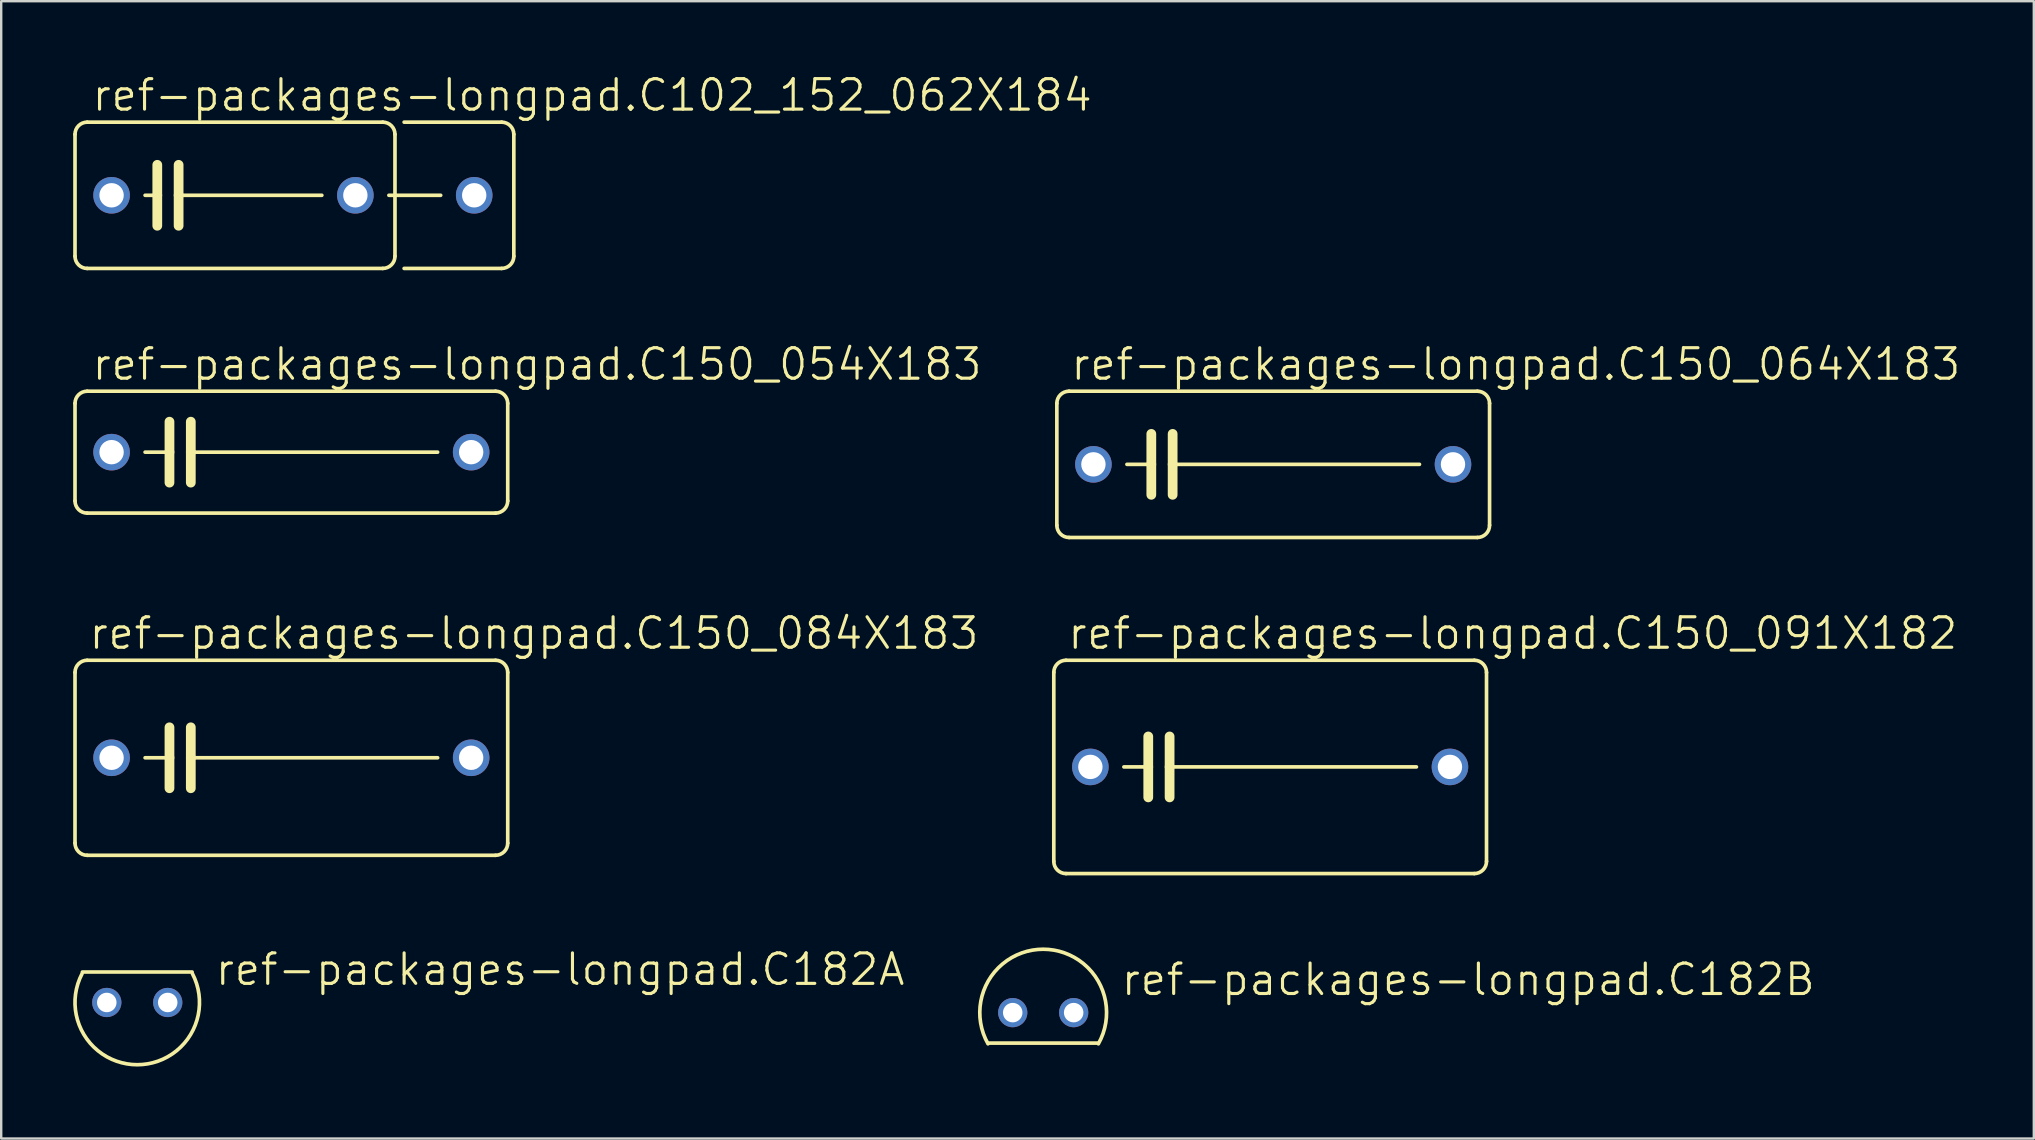
<source format=kicad_pcb>
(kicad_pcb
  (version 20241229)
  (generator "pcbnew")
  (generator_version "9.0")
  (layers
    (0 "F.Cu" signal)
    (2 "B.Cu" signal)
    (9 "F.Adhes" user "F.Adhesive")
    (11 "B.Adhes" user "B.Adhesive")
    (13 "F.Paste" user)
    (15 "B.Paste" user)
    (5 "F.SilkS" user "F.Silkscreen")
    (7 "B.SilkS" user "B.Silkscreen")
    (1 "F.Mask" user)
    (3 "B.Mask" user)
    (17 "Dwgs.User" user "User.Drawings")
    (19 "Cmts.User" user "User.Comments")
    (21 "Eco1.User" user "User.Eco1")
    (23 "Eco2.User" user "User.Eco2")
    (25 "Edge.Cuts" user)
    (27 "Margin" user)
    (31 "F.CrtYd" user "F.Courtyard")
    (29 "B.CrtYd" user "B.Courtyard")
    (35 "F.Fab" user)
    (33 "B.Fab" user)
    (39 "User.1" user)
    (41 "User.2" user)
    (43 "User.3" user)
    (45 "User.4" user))
  (footprint "ref-packages-longpad.C182B"
    (layer "F.Cu")
    (at 40.426 39.152)
    (property "Reference" "ref-packages-longpad.C182B" (at 3.175 -0.635 0) (layer "F.SilkS") (effects (font (size 1.27 1.27) (thickness 0.13)) (justify left bottom)))
    (attr through_hole)
    (fp_line (start -2.286 1.27) (end 2.286 1.27) (stroke (width 0.152) (type default)) (layer "F.SilkS"))
    (fp_arc (start -2.300046 1.300027) (mid -0.000046 -2.641995) (end 2.299999 1.3) (stroke (width 0.1524) (type default)) (layer "F.SilkS"))
    (pad "A" thru_hole circle (at 1.27 0) (size 1.219 1.219) (drill 0.813) (layers "*.Cu" "*.Mask"))
    (pad "C" thru_hole circle (at -1.27 0) (size 1.219 1.219) (drill 0.813) (layers "*.Cu" "*.Mask")))
  (footprint "ref-packages-longpad.C102_152_062X184"
    (layer "F.Cu")
    (at 6.68 5.089)
    (property "Reference" "ref-packages-longpad.C102_152_062X184" (at -5.969 -3.429 0) (layer "F.SilkS") (effects (font (size 1.27 1.27) (thickness 0.13)) (justify left bottom)))
    (attr through_hole)
    (fp_line (start -6.604 2.54) (end -6.604 -2.54) (stroke (width 0.152) (type default)) (layer "F.SilkS"))
    (fp_line (start -6.096 -3.048) (end 6.223 -3.048) (stroke (width 0.152) (type default)) (layer "F.SilkS"))
    (fp_line (start -3.683 0) (end -3.175 0) (stroke (width 0.152) (type default)) (layer "F.SilkS"))
    (fp_line (start -3.175 -1.27) (end -3.175 0) (stroke (width 0.406) (type default)) (layer "F.SilkS"))
    (fp_line (start -3.175 0) (end -3.175 1.27) (stroke (width 0.406) (type default)) (layer "F.SilkS"))
    (fp_line (start -2.286 -1.27) (end -2.286 0) (stroke (width 0.406) (type default)) (layer "F.SilkS"))
    (fp_line (start -2.286 0) (end -2.286 1.27) (stroke (width 0.406) (type default)) (layer "F.SilkS"))
    (fp_line (start -2.286 0) (end 3.683 0) (stroke (width 0.152) (type default)) (layer "F.SilkS"))
    (fp_line (start 6.223 3.048) (end -6.096 3.048) (stroke (width 0.152) (type default)) (layer "F.SilkS"))
    (fp_line (start 6.477 0) (end 8.636 0) (stroke (width 0.152) (type default)) (layer "F.SilkS"))
    (fp_line (start 6.731 -2.54) (end 6.731 2.54) (stroke (width 0.152) (type default)) (layer "F.SilkS"))
    (fp_line (start 7.112 -3.048) (end 11.176 -3.048) (stroke (width 0.152) (type default)) (layer "F.SilkS"))
    (fp_line (start 11.176 3.048) (end 7.112 3.048) (stroke (width 0.152) (type default)) (layer "F.SilkS"))
    (fp_line (start 11.684 -2.54) (end 11.684 2.54) (stroke (width 0.152) (type default)) (layer "F.SilkS"))
    (fp_arc (start -6.604 -2.54) (mid -6.45521 -2.89921) (end -6.096 -3.048) (stroke (width 0.1524) (type default)) (layer "F.SilkS"))
    (fp_arc (start -6.096 3.048) (mid -6.45521 2.89921) (end -6.604 2.54) (stroke (width 0.1524) (type default)) (layer "F.SilkS"))
    (fp_arc (start 6.223 -3.048) (mid 6.58221 -2.89921) (end 6.731 -2.54) (stroke (width 0.1524) (type default)) (layer "F.SilkS"))
    (fp_arc (start 6.731 2.54) (mid 6.58221 2.89921) (end 6.223 3.048) (stroke (width 0.1524) (type default)) (layer "F.SilkS"))
    (fp_arc (start 11.176 -3.048) (mid 11.53521 -2.89921) (end 11.684 -2.54) (stroke (width 0.1524) (type default)) (layer "F.SilkS"))
    (fp_arc (start 11.684 2.54) (mid 11.53521 2.89921) (end 11.176 3.048) (stroke (width 0.1524) (type default)) (layer "F.SilkS"))
    (pad "1" thru_hole circle (at -5.08 0) (size 1.524 1.524) (drill 1.016) (layers "*.Cu" "*.Mask"))
    (pad "2" thru_hole circle (at 5.08 0) (size 1.524 1.524) (drill 1.016) (layers "*.Cu" "*.Mask"))
    (pad "3" thru_hole circle (at 10.033 0) (size 1.524 1.524) (drill 1.016) (layers "*.Cu" "*.Mask")))
  (footprint "ref-packages-longpad.C150_091X182"
    (layer "F.Cu")
    (at 49.885 28.912)
    (property "Reference" "ref-packages-longpad.C150_091X182" (at -8.509 -4.826 0) (layer "F.SilkS") (effects (font (size 1.27 1.27) (thickness 0.13)) (justify left bottom)))
    (attr through_hole)
    (fp_line (start -9.017 3.937) (end -9.017 -3.937) (stroke (width 0.152) (type default)) (layer "F.SilkS"))
    (fp_line (start -8.509 -4.445) (end 8.509 -4.445) (stroke (width 0.152) (type default)) (layer "F.SilkS"))
    (fp_line (start -5.08 -1.27) (end -5.08 0) (stroke (width 0.406) (type default)) (layer "F.SilkS"))
    (fp_line (start -5.08 0) (end -6.096 0) (stroke (width 0.152) (type default)) (layer "F.SilkS"))
    (fp_line (start -5.08 0) (end -5.08 1.27) (stroke (width 0.406) (type default)) (layer "F.SilkS"))
    (fp_line (start -4.191 -1.27) (end -4.191 0) (stroke (width 0.406) (type default)) (layer "F.SilkS"))
    (fp_line (start -4.191 0) (end -4.191 1.27) (stroke (width 0.406) (type default)) (layer "F.SilkS"))
    (fp_line (start -4.191 0) (end 6.096 0) (stroke (width 0.152) (type default)) (layer "F.SilkS"))
    (fp_line (start 8.509 4.445) (end -8.509 4.445) (stroke (width 0.152) (type default)) (layer "F.SilkS"))
    (fp_line (start 9.017 -3.937) (end 9.017 3.937) (stroke (width 0.152) (type default)) (layer "F.SilkS"))
    (fp_arc (start -9.017 -3.937) (mid -8.86821 -4.29621) (end -8.509 -4.445) (stroke (width 0.1524) (type default)) (layer "F.SilkS"))
    (fp_arc (start -8.509 4.445) (mid -8.86821 4.29621) (end -9.017 3.937) (stroke (width 0.1524) (type default)) (layer "F.SilkS"))
    (fp_arc (start 8.509 -4.445) (mid 8.86821 -4.29621) (end 9.017 -3.937) (stroke (width 0.1524) (type default)) (layer "F.SilkS"))
    (fp_arc (start 9.017 3.937) (mid 8.86821 4.29621) (end 8.509 4.445) (stroke (width 0.1524) (type default)) (layer "F.SilkS"))
    (pad "1" thru_hole circle (at -7.493 0) (size 1.524 1.524) (drill 1.016) (layers "*.Cu" "*.Mask"))
    (pad "2" thru_hole circle (at 7.493 0) (size 1.524 1.524) (drill 1.016) (layers "*.Cu" "*.Mask")))
  (footprint "ref-packages-longpad.C182A"
    (layer "F.Cu")
    (at 2.67 38.729)
    (property "Reference" "ref-packages-longpad.C182A" (at 3.175 -0.635 0) (layer "F.SilkS") (effects (font (size 1.27 1.27) (thickness 0.13)) (justify left bottom)))
    (attr through_hole)
    (fp_line (start 2.286 -1.27) (end -2.286 -1.27) (stroke (width 0.152) (type default)) (layer "F.SilkS"))
    (fp_arc (start 2.300047 -1.200027) (mid 0.000046 2.594251) (end -2.299999 -1.2) (stroke (width 0.1524) (type default)) (layer "F.SilkS"))
    (pad "A" thru_hole circle (at 1.27 0) (size 1.219 1.219) (drill 0.813) (layers "*.Cu" "*.Mask"))
    (pad "C" thru_hole circle (at -1.27 0) (size 1.219 1.219) (drill 0.813) (layers "*.Cu" "*.Mask")))
  (footprint "ref-packages-longpad.C150_054X183"
    (layer "F.Cu")
    (at 9.093 15.794)
    (property "Reference" "ref-packages-longpad.C150_054X183" (at -8.382 -2.921 0) (layer "F.SilkS") (effects (font (size 1.27 1.27) (thickness 0.13)) (justify left bottom)))
    (attr through_hole)
    (fp_line (start -9.017 2.032) (end -9.017 -2.032) (stroke (width 0.152) (type default)) (layer "F.SilkS"))
    (fp_line (start -8.509 -2.54) (end 8.509 -2.54) (stroke (width 0.152) (type default)) (layer "F.SilkS"))
    (fp_line (start -5.08 -1.27) (end -5.08 0) (stroke (width 0.406) (type default)) (layer "F.SilkS"))
    (fp_line (start -5.08 0) (end -6.096 0) (stroke (width 0.152) (type default)) (layer "F.SilkS"))
    (fp_line (start -5.08 0) (end -5.08 1.27) (stroke (width 0.406) (type default)) (layer "F.SilkS"))
    (fp_line (start -4.191 -1.27) (end -4.191 0) (stroke (width 0.406) (type default)) (layer "F.SilkS"))
    (fp_line (start -4.191 0) (end -4.191 1.27) (stroke (width 0.406) (type default)) (layer "F.SilkS"))
    (fp_line (start -4.191 0) (end 6.096 0) (stroke (width 0.152) (type default)) (layer "F.SilkS"))
    (fp_line (start 8.509 2.54) (end -8.509 2.54) (stroke (width 0.152) (type default)) (layer "F.SilkS"))
    (fp_line (start 9.017 -2.032) (end 9.017 2.032) (stroke (width 0.152) (type default)) (layer "F.SilkS"))
    (fp_arc (start -9.017 -2.032) (mid -8.86821 -2.39121) (end -8.509 -2.54) (stroke (width 0.1524) (type default)) (layer "F.SilkS"))
    (fp_arc (start -8.509 2.54) (mid -8.86821 2.39121) (end -9.017 2.032) (stroke (width 0.1524) (type default)) (layer "F.SilkS"))
    (fp_arc (start 8.509 -2.54) (mid 8.86821 -2.39121) (end 9.017 -2.032) (stroke (width 0.1524) (type default)) (layer "F.SilkS"))
    (fp_arc (start 9.017 2.032) (mid 8.86821 2.39121) (end 8.509 2.54) (stroke (width 0.1524) (type default)) (layer "F.SilkS"))
    (pad "1" thru_hole circle (at -7.493 0) (size 1.524 1.524) (drill 1.016) (layers "*.Cu" "*.Mask"))
    (pad "2" thru_hole circle (at 7.493 0) (size 1.524 1.524) (drill 1.016) (layers "*.Cu" "*.Mask")))
  (footprint "ref-packages-longpad.C150_084X183"
    (layer "F.Cu")
    (at 9.093 28.531)
    (property "Reference" "ref-packages-longpad.C150_084X183" (at -8.509 -4.445 0) (layer "F.SilkS") (effects (font (size 1.27 1.27) (thickness 0.13)) (justify left bottom)))
    (attr through_hole)
    (fp_line (start -9.017 3.556) (end -9.017 -3.556) (stroke (width 0.152) (type default)) (layer "F.SilkS"))
    (fp_line (start -8.509 -4.064) (end 8.509 -4.064) (stroke (width 0.152) (type default)) (layer "F.SilkS"))
    (fp_line (start -5.08 -1.27) (end -5.08 0) (stroke (width 0.406) (type default)) (layer "F.SilkS"))
    (fp_line (start -5.08 0) (end -6.096 0) (stroke (width 0.152) (type default)) (layer "F.SilkS"))
    (fp_line (start -5.08 0) (end -5.08 1.27) (stroke (width 0.406) (type default)) (layer "F.SilkS"))
    (fp_line (start -4.191 -1.27) (end -4.191 0) (stroke (width 0.406) (type default)) (layer "F.SilkS"))
    (fp_line (start -4.191 0) (end -4.191 1.27) (stroke (width 0.406) (type default)) (layer "F.SilkS"))
    (fp_line (start -4.191 0) (end 6.096 0) (stroke (width 0.152) (type default)) (layer "F.SilkS"))
    (fp_line (start 8.509 4.064) (end -8.509 4.064) (stroke (width 0.152) (type default)) (layer "F.SilkS"))
    (fp_line (start 9.017 -3.556) (end 9.017 3.556) (stroke (width 0.152) (type default)) (layer "F.SilkS"))
    (fp_arc (start -9.017 -3.556) (mid -8.86821 -3.91521) (end -8.509 -4.064) (stroke (width 0.1524) (type default)) (layer "F.SilkS"))
    (fp_arc (start -8.509 4.064) (mid -8.86821 3.91521) (end -9.017 3.556) (stroke (width 0.1524) (type default)) (layer "F.SilkS"))
    (fp_arc (start 8.509 -4.064) (mid 8.86821 -3.91521) (end 9.017 -3.556) (stroke (width 0.1524) (type default)) (layer "F.SilkS"))
    (fp_arc (start 9.017 3.556) (mid 8.86821 3.91521) (end 8.509 4.064) (stroke (width 0.1524) (type default)) (layer "F.SilkS"))
    (pad "1" thru_hole circle (at -7.493 0) (size 1.524 1.524) (drill 1.016) (layers "*.Cu" "*.Mask"))
    (pad "2" thru_hole circle (at 7.493 0) (size 1.524 1.524) (drill 1.016) (layers "*.Cu" "*.Mask")))
  (footprint "ref-packages-longpad.C150_064X183"
    (layer "F.Cu")
    (at 50.012 16.302)
    (property "Reference" "ref-packages-longpad.C150_064X183" (at -8.509 -3.429 0) (layer "F.SilkS") (effects (font (size 1.27 1.27) (thickness 0.13)) (justify left bottom)))
    (attr through_hole)
    (fp_line (start -9.017 2.54) (end -9.017 -2.54) (stroke (width 0.152) (type default)) (layer "F.SilkS"))
    (fp_line (start -8.509 -3.048) (end 8.509 -3.048) (stroke (width 0.152) (type default)) (layer "F.SilkS"))
    (fp_line (start -5.08 -1.27) (end -5.08 0) (stroke (width 0.406) (type default)) (layer "F.SilkS"))
    (fp_line (start -5.08 0) (end -6.096 0) (stroke (width 0.152) (type default)) (layer "F.SilkS"))
    (fp_line (start -5.08 0) (end -5.08 1.27) (stroke (width 0.406) (type default)) (layer "F.SilkS"))
    (fp_line (start -4.191 -1.27) (end -4.191 0) (stroke (width 0.406) (type default)) (layer "F.SilkS"))
    (fp_line (start -4.191 0) (end -4.191 1.27) (stroke (width 0.406) (type default)) (layer "F.SilkS"))
    (fp_line (start -4.191 0) (end 6.096 0) (stroke (width 0.152) (type default)) (layer "F.SilkS"))
    (fp_line (start 8.509 3.048) (end -8.509 3.048) (stroke (width 0.152) (type default)) (layer "F.SilkS"))
    (fp_line (start 9.017 -2.54) (end 9.017 2.54) (stroke (width 0.152) (type default)) (layer "F.SilkS"))
    (fp_arc (start -9.017 -2.54) (mid -8.86821 -2.89921) (end -8.509 -3.048) (stroke (width 0.1524) (type default)) (layer "F.SilkS"))
    (fp_arc (start -8.509 3.048) (mid -8.86821 2.89921) (end -9.017 2.54) (stroke (width 0.1524) (type default)) (layer "F.SilkS"))
    (fp_arc (start 8.509 -3.048) (mid 8.86821 -2.89921) (end 9.017 -2.54) (stroke (width 0.1524) (type default)) (layer "F.SilkS"))
    (fp_arc (start 9.017 2.54) (mid 8.86821 2.89921) (end 8.509 3.048) (stroke (width 0.1524) (type default)) (layer "F.SilkS"))
    (pad "1" thru_hole circle (at -7.493 0) (size 1.524 1.524) (drill 1.016) (layers "*.Cu" "*.Mask"))
    (pad "2" thru_hole circle (at 7.493 0) (size 1.524 1.524) (drill 1.016) (layers "*.Cu" "*.Mask")))
  (gr_rect
    (start -3 -3)
    (end 81.711 44.399)
    (stroke (width 0.1) (type default))
    (fill no)
    (layer "Edge.Cuts")))
</source>
